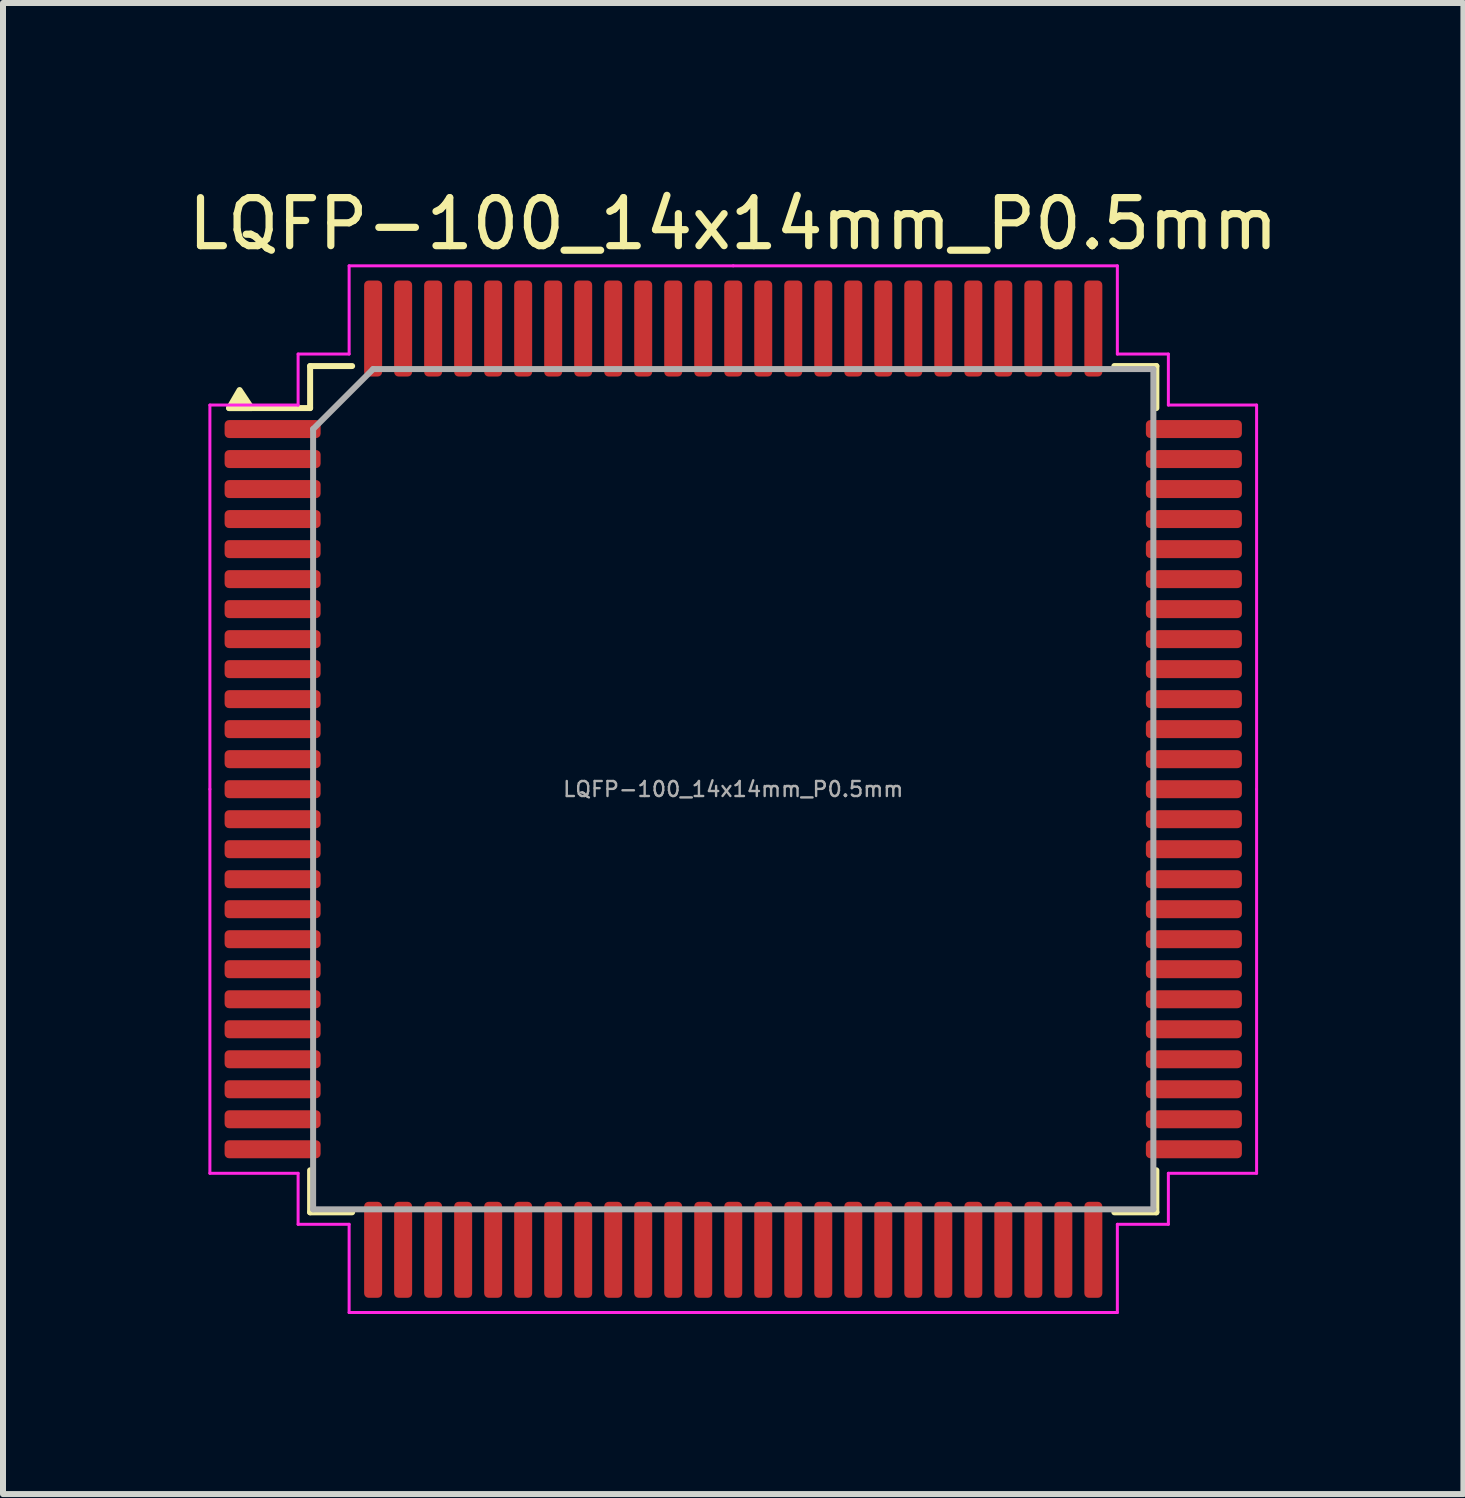
<source format=kicad_pcb>
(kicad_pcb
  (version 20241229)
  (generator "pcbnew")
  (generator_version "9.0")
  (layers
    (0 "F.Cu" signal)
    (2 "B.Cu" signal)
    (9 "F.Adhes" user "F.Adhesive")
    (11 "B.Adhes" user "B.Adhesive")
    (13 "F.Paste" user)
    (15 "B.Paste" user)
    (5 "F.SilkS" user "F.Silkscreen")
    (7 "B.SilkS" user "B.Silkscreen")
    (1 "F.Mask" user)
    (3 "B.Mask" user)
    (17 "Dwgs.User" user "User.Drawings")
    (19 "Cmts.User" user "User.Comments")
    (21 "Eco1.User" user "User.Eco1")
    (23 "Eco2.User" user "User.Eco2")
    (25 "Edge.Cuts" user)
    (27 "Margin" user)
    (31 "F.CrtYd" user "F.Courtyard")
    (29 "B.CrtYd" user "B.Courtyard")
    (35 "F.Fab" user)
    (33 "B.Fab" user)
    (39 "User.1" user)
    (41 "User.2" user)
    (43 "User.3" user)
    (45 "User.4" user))
  (footprint "LQFP-100_14x14mm_P0.5mm"
    (layer "F.Cu")
    (at 9.167 10.099)
    (property "Reference" "LQFP-100_14x14mm_P0.5mm" (at 0 -9.42 0) (layer "F.SilkS") (effects (font (size 0.8 0.8) (thickness 0.12))))
    (attr smd)
    (fp_line (start -7.05 -7.05) (end -7.05 -6.35) (stroke (width 0.1) (type solid)) (layer "F.SilkS"))
    (fp_line (start -7.05 -6.35) (end -8.4 -6.35) (stroke (width 0.1) (type solid)) (layer "F.SilkS"))
    (fp_line (start -7.05 7.05) (end -7.05 6.35) (stroke (width 0.1) (type solid)) (layer "F.SilkS"))
    (fp_line (start -6.35 -7.05) (end -7.05 -7.05) (stroke (width 0.1) (type solid)) (layer "F.SilkS"))
    (fp_line (start -6.35 7.05) (end -7.05 7.05) (stroke (width 0.1) (type solid)) (layer "F.SilkS"))
    (fp_line (start 6.35 -7.05) (end 7.05 -7.05) (stroke (width 0.1) (type solid)) (layer "F.SilkS"))
    (fp_line (start 6.35 7.05) (end 7.05 7.05) (stroke (width 0.1) (type solid)) (layer "F.SilkS"))
    (fp_line (start 7.05 -7.05) (end 7.05 -6.35) (stroke (width 0.1) (type solid)) (layer "F.SilkS"))
    (fp_line (start 7.05 7.05) (end 7.05 6.35) (stroke (width 0.1) (type solid)) (layer "F.SilkS"))
    (fp_poly (pts (xy -8.4 -6.35) (xy -8.225 -6.65) (xy -8.025 -6.35)) (stroke (width 0.1) (type solid)) (fill yes) (layer "F.SilkS"))
    (fp_line (start -8.72 -6.4) (end -8.72 0) (stroke (width 0.05) (type solid)) (layer "F.CrtYd"))
    (fp_line (start -8.72 6.4) (end -8.72 0) (stroke (width 0.05) (type solid)) (layer "F.CrtYd"))
    (fp_line (start -7.25 -7.25) (end -7.25 -6.4) (stroke (width 0.05) (type solid)) (layer "F.CrtYd"))
    (fp_line (start -7.25 -6.4) (end -8.72 -6.4) (stroke (width 0.05) (type solid)) (layer "F.CrtYd"))
    (fp_line (start -7.25 6.4) (end -8.72 6.4) (stroke (width 0.05) (type solid)) (layer "F.CrtYd"))
    (fp_line (start -7.25 7.25) (end -7.25 6.4) (stroke (width 0.05) (type solid)) (layer "F.CrtYd"))
    (fp_line (start -6.4 -8.72) (end -6.4 -7.25) (stroke (width 0.05) (type solid)) (layer "F.CrtYd"))
    (fp_line (start -6.4 -7.25) (end -7.25 -7.25) (stroke (width 0.05) (type solid)) (layer "F.CrtYd"))
    (fp_line (start -6.4 7.25) (end -7.25 7.25) (stroke (width 0.05) (type solid)) (layer "F.CrtYd"))
    (fp_line (start -6.4 8.72) (end -6.4 7.25) (stroke (width 0.05) (type solid)) (layer "F.CrtYd"))
    (fp_line (start 0 -8.72) (end -6.4 -8.72) (stroke (width 0.05) (type solid)) (layer "F.CrtYd"))
    (fp_line (start 0 -8.72) (end 6.4 -8.72) (stroke (width 0.05) (type solid)) (layer "F.CrtYd"))
    (fp_line (start 0 8.72) (end -6.4 8.72) (stroke (width 0.05) (type solid)) (layer "F.CrtYd"))
    (fp_line (start 0 8.72) (end 6.4 8.72) (stroke (width 0.05) (type solid)) (layer "F.CrtYd"))
    (fp_line (start 6.4 -8.72) (end 6.4 -7.25) (stroke (width 0.05) (type solid)) (layer "F.CrtYd"))
    (fp_line (start 6.4 -7.25) (end 7.25 -7.25) (stroke (width 0.05) (type solid)) (layer "F.CrtYd"))
    (fp_line (start 6.4 7.25) (end 7.25 7.25) (stroke (width 0.05) (type solid)) (layer "F.CrtYd"))
    (fp_line (start 6.4 8.72) (end 6.4 7.25) (stroke (width 0.05) (type solid)) (layer "F.CrtYd"))
    (fp_line (start 7.25 -7.25) (end 7.25 -6.4) (stroke (width 0.05) (type solid)) (layer "F.CrtYd"))
    (fp_line (start 7.25 -6.4) (end 8.72 -6.4) (stroke (width 0.05) (type solid)) (layer "F.CrtYd"))
    (fp_line (start 7.25 6.4) (end 8.72 6.4) (stroke (width 0.05) (type solid)) (layer "F.CrtYd"))
    (fp_line (start 7.25 7.25) (end 7.25 6.4) (stroke (width 0.05) (type solid)) (layer "F.CrtYd"))
    (fp_line (start 8.72 -6.4) (end 8.72 0) (stroke (width 0.05) (type solid)) (layer "F.CrtYd"))
    (fp_line (start 8.72 6.4) (end 8.72 0) (stroke (width 0.05) (type solid)) (layer "F.CrtYd"))
    (fp_line (start -7 -6) (end -6 -7) (stroke (width 0.1) (type solid)) (layer "F.Fab"))
    (fp_line (start -7 7) (end -7 -6) (stroke (width 0.1) (type solid)) (layer "F.Fab"))
    (fp_line (start -6 -7) (end 7 -7) (stroke (width 0.1) (type solid)) (layer "F.Fab"))
    (fp_line (start 7 -7) (end 7 7) (stroke (width 0.1) (type solid)) (layer "F.Fab"))
    (fp_line (start 7 7) (end -7 7) (stroke (width 0.1) (type solid)) (layer "F.Fab"))
    (fp_text user "${REFERENCE}" (at 0 0 0) (layer "F.Fab") (effects (font (size 0.25 0.25) (thickness 0.04))))
    (pad "1" smd roundrect (at -7.675 -6) (size 1.6 0.3) (layers "F.Cu" "F.Mask" "F.Paste") (roundrect_rratio 0.25))
    (pad "2" smd roundrect (at -7.675 -5.5) (size 1.6 0.3) (layers "F.Cu" "F.Mask" "F.Paste") (roundrect_rratio 0.25))
    (pad "3" smd roundrect (at -7.675 -5) (size 1.6 0.3) (layers "F.Cu" "F.Mask" "F.Paste") (roundrect_rratio 0.25))
    (pad "4" smd roundrect (at -7.675 -4.5) (size 1.6 0.3) (layers "F.Cu" "F.Mask" "F.Paste") (roundrect_rratio 0.25))
    (pad "5" smd roundrect (at -7.675 -4) (size 1.6 0.3) (layers "F.Cu" "F.Mask" "F.Paste") (roundrect_rratio 0.25))
    (pad "6" smd roundrect (at -7.675 -3.5) (size 1.6 0.3) (layers "F.Cu" "F.Mask" "F.Paste") (roundrect_rratio 0.25))
    (pad "7" smd roundrect (at -7.675 -3) (size 1.6 0.3) (layers "F.Cu" "F.Mask" "F.Paste") (roundrect_rratio 0.25))
    (pad "8" smd roundrect (at -7.675 -2.5) (size 1.6 0.3) (layers "F.Cu" "F.Mask" "F.Paste") (roundrect_rratio 0.25))
    (pad "9" smd roundrect (at -7.675 -2) (size 1.6 0.3) (layers "F.Cu" "F.Mask" "F.Paste") (roundrect_rratio 0.25))
    (pad "10" smd roundrect (at -7.675 -1.5) (size 1.6 0.3) (layers "F.Cu" "F.Mask" "F.Paste") (roundrect_rratio 0.25))
    (pad "11" smd roundrect (at -7.675 -1) (size 1.6 0.3) (layers "F.Cu" "F.Mask" "F.Paste") (roundrect_rratio 0.25))
    (pad "12" smd roundrect (at -7.675 -0.5) (size 1.6 0.3) (layers "F.Cu" "F.Mask" "F.Paste") (roundrect_rratio 0.25))
    (pad "13" smd roundrect (at -7.675 0) (size 1.6 0.3) (layers "F.Cu" "F.Mask" "F.Paste") (roundrect_rratio 0.25))
    (pad "14" smd roundrect (at -7.675 0.5) (size 1.6 0.3) (layers "F.Cu" "F.Mask" "F.Paste") (roundrect_rratio 0.25))
    (pad "15" smd roundrect (at -7.675 1) (size 1.6 0.3) (layers "F.Cu" "F.Mask" "F.Paste") (roundrect_rratio 0.25))
    (pad "16" smd roundrect (at -7.675 1.5) (size 1.6 0.3) (layers "F.Cu" "F.Mask" "F.Paste") (roundrect_rratio 0.25))
    (pad "17" smd roundrect (at -7.675 2) (size 1.6 0.3) (layers "F.Cu" "F.Mask" "F.Paste") (roundrect_rratio 0.25))
    (pad "18" smd roundrect (at -7.675 2.5) (size 1.6 0.3) (layers "F.Cu" "F.Mask" "F.Paste") (roundrect_rratio 0.25))
    (pad "19" smd roundrect (at -7.675 3) (size 1.6 0.3) (layers "F.Cu" "F.Mask" "F.Paste") (roundrect_rratio 0.25))
    (pad "20" smd roundrect (at -7.675 3.5) (size 1.6 0.3) (layers "F.Cu" "F.Mask" "F.Paste") (roundrect_rratio 0.25))
    (pad "21" smd roundrect (at -7.675 4) (size 1.6 0.3) (layers "F.Cu" "F.Mask" "F.Paste") (roundrect_rratio 0.25))
    (pad "22" smd roundrect (at -7.675 4.5) (size 1.6 0.3) (layers "F.Cu" "F.Mask" "F.Paste") (roundrect_rratio 0.25))
    (pad "23" smd roundrect (at -7.675 5) (size 1.6 0.3) (layers "F.Cu" "F.Mask" "F.Paste") (roundrect_rratio 0.25))
    (pad "24" smd roundrect (at -7.675 5.5) (size 1.6 0.3) (layers "F.Cu" "F.Mask" "F.Paste") (roundrect_rratio 0.25))
    (pad "25" smd roundrect (at -7.675 6) (size 1.6 0.3) (layers "F.Cu" "F.Mask" "F.Paste") (roundrect_rratio 0.25))
    (pad "26" smd roundrect (at -6 7.675) (size 0.3 1.6) (layers "F.Cu" "F.Mask" "F.Paste") (roundrect_rratio 0.25))
    (pad "27" smd roundrect (at -5.5 7.675) (size 0.3 1.6) (layers "F.Cu" "F.Mask" "F.Paste") (roundrect_rratio 0.25))
    (pad "28" smd roundrect (at -5 7.675) (size 0.3 1.6) (layers "F.Cu" "F.Mask" "F.Paste") (roundrect_rratio 0.25))
    (pad "29" smd roundrect (at -4.5 7.675) (size 0.3 1.6) (layers "F.Cu" "F.Mask" "F.Paste") (roundrect_rratio 0.25))
    (pad "30" smd roundrect (at -4 7.675) (size 0.3 1.6) (layers "F.Cu" "F.Mask" "F.Paste") (roundrect_rratio 0.25))
    (pad "31" smd roundrect (at -3.5 7.675) (size 0.3 1.6) (layers "F.Cu" "F.Mask" "F.Paste") (roundrect_rratio 0.25))
    (pad "32" smd roundrect (at -3 7.675) (size 0.3 1.6) (layers "F.Cu" "F.Mask" "F.Paste") (roundrect_rratio 0.25))
    (pad "33" smd roundrect (at -2.5 7.675) (size 0.3 1.6) (layers "F.Cu" "F.Mask" "F.Paste") (roundrect_rratio 0.25))
    (pad "34" smd roundrect (at -2 7.675) (size 0.3 1.6) (layers "F.Cu" "F.Mask" "F.Paste") (roundrect_rratio 0.25))
    (pad "35" smd roundrect (at -1.5 7.675) (size 0.3 1.6) (layers "F.Cu" "F.Mask" "F.Paste") (roundrect_rratio 0.25))
    (pad "36" smd roundrect (at -1 7.675) (size 0.3 1.6) (layers "F.Cu" "F.Mask" "F.Paste") (roundrect_rratio 0.25))
    (pad "37" smd roundrect (at -0.5 7.675) (size 0.3 1.6) (layers "F.Cu" "F.Mask" "F.Paste") (roundrect_rratio 0.25))
    (pad "38" smd roundrect (at 0 7.675) (size 0.3 1.6) (layers "F.Cu" "F.Mask" "F.Paste") (roundrect_rratio 0.25))
    (pad "39" smd roundrect (at 0.5 7.675) (size 0.3 1.6) (layers "F.Cu" "F.Mask" "F.Paste") (roundrect_rratio 0.25))
    (pad "40" smd roundrect (at 1 7.675) (size 0.3 1.6) (layers "F.Cu" "F.Mask" "F.Paste") (roundrect_rratio 0.25))
    (pad "41" smd roundrect (at 1.5 7.675) (size 0.3 1.6) (layers "F.Cu" "F.Mask" "F.Paste") (roundrect_rratio 0.25))
    (pad "42" smd roundrect (at 2 7.675) (size 0.3 1.6) (layers "F.Cu" "F.Mask" "F.Paste") (roundrect_rratio 0.25))
    (pad "43" smd roundrect (at 2.5 7.675) (size 0.3 1.6) (layers "F.Cu" "F.Mask" "F.Paste") (roundrect_rratio 0.25))
    (pad "44" smd roundrect (at 3 7.675) (size 0.3 1.6) (layers "F.Cu" "F.Mask" "F.Paste") (roundrect_rratio 0.25))
    (pad "45" smd roundrect (at 3.5 7.675) (size 0.3 1.6) (layers "F.Cu" "F.Mask" "F.Paste") (roundrect_rratio 0.25))
    (pad "46" smd roundrect (at 4 7.675) (size 0.3 1.6) (layers "F.Cu" "F.Mask" "F.Paste") (roundrect_rratio 0.25))
    (pad "47" smd roundrect (at 4.5 7.675) (size 0.3 1.6) (layers "F.Cu" "F.Mask" "F.Paste") (roundrect_rratio 0.25))
    (pad "48" smd roundrect (at 5 7.675) (size 0.3 1.6) (layers "F.Cu" "F.Mask" "F.Paste") (roundrect_rratio 0.25))
    (pad "49" smd roundrect (at 5.5 7.675) (size 0.3 1.6) (layers "F.Cu" "F.Mask" "F.Paste") (roundrect_rratio 0.25))
    (pad "50" smd roundrect (at 6 7.675) (size 0.3 1.6) (layers "F.Cu" "F.Mask" "F.Paste") (roundrect_rratio 0.25))
    (pad "51" smd roundrect (at 7.675 6) (size 1.6 0.3) (layers "F.Cu" "F.Mask" "F.Paste") (roundrect_rratio 0.25))
    (pad "52" smd roundrect (at 7.675 5.5) (size 1.6 0.3) (layers "F.Cu" "F.Mask" "F.Paste") (roundrect_rratio 0.25))
    (pad "53" smd roundrect (at 7.675 5) (size 1.6 0.3) (layers "F.Cu" "F.Mask" "F.Paste") (roundrect_rratio 0.25))
    (pad "54" smd roundrect (at 7.675 4.5) (size 1.6 0.3) (layers "F.Cu" "F.Mask" "F.Paste") (roundrect_rratio 0.25))
    (pad "55" smd roundrect (at 7.675 4) (size 1.6 0.3) (layers "F.Cu" "F.Mask" "F.Paste") (roundrect_rratio 0.25))
    (pad "56" smd roundrect (at 7.675 3.5) (size 1.6 0.3) (layers "F.Cu" "F.Mask" "F.Paste") (roundrect_rratio 0.25))
    (pad "57" smd roundrect (at 7.675 3) (size 1.6 0.3) (layers "F.Cu" "F.Mask" "F.Paste") (roundrect_rratio 0.25))
    (pad "58" smd roundrect (at 7.675 2.5) (size 1.6 0.3) (layers "F.Cu" "F.Mask" "F.Paste") (roundrect_rratio 0.25))
    (pad "59" smd roundrect (at 7.675 2) (size 1.6 0.3) (layers "F.Cu" "F.Mask" "F.Paste") (roundrect_rratio 0.25))
    (pad "60" smd roundrect (at 7.675 1.5) (size 1.6 0.3) (layers "F.Cu" "F.Mask" "F.Paste") (roundrect_rratio 0.25))
    (pad "61" smd roundrect (at 7.675 1) (size 1.6 0.3) (layers "F.Cu" "F.Mask" "F.Paste") (roundrect_rratio 0.25))
    (pad "62" smd roundrect (at 7.675 0.5) (size 1.6 0.3) (layers "F.Cu" "F.Mask" "F.Paste") (roundrect_rratio 0.25))
    (pad "63" smd roundrect (at 7.675 0) (size 1.6 0.3) (layers "F.Cu" "F.Mask" "F.Paste") (roundrect_rratio 0.25))
    (pad "64" smd roundrect (at 7.675 -0.5) (size 1.6 0.3) (layers "F.Cu" "F.Mask" "F.Paste") (roundrect_rratio 0.25))
    (pad "65" smd roundrect (at 7.675 -1) (size 1.6 0.3) (layers "F.Cu" "F.Mask" "F.Paste") (roundrect_rratio 0.25))
    (pad "66" smd roundrect (at 7.675 -1.5) (size 1.6 0.3) (layers "F.Cu" "F.Mask" "F.Paste") (roundrect_rratio 0.25))
    (pad "67" smd roundrect (at 7.675 -2) (size 1.6 0.3) (layers "F.Cu" "F.Mask" "F.Paste") (roundrect_rratio 0.25))
    (pad "68" smd roundrect (at 7.675 -2.5) (size 1.6 0.3) (layers "F.Cu" "F.Mask" "F.Paste") (roundrect_rratio 0.25))
    (pad "69" smd roundrect (at 7.675 -3) (size 1.6 0.3) (layers "F.Cu" "F.Mask" "F.Paste") (roundrect_rratio 0.25))
    (pad "70" smd roundrect (at 7.675 -3.5) (size 1.6 0.3) (layers "F.Cu" "F.Mask" "F.Paste") (roundrect_rratio 0.25))
    (pad "71" smd roundrect (at 7.675 -4) (size 1.6 0.3) (layers "F.Cu" "F.Mask" "F.Paste") (roundrect_rratio 0.25))
    (pad "72" smd roundrect (at 7.675 -4.5) (size 1.6 0.3) (layers "F.Cu" "F.Mask" "F.Paste") (roundrect_rratio 0.25))
    (pad "73" smd roundrect (at 7.675 -5) (size 1.6 0.3) (layers "F.Cu" "F.Mask" "F.Paste") (roundrect_rratio 0.25))
    (pad "74" smd roundrect (at 7.675 -5.5) (size 1.6 0.3) (layers "F.Cu" "F.Mask" "F.Paste") (roundrect_rratio 0.25))
    (pad "75" smd roundrect (at 7.675 -6) (size 1.6 0.3) (layers "F.Cu" "F.Mask" "F.Paste") (roundrect_rratio 0.25))
    (pad "76" smd roundrect (at 6 -7.675) (size 0.3 1.6) (layers "F.Cu" "F.Mask" "F.Paste") (roundrect_rratio 0.25))
    (pad "77" smd roundrect (at 5.5 -7.675) (size 0.3 1.6) (layers "F.Cu" "F.Mask" "F.Paste") (roundrect_rratio 0.25))
    (pad "78" smd roundrect (at 5 -7.675) (size 0.3 1.6) (layers "F.Cu" "F.Mask" "F.Paste") (roundrect_rratio 0.25))
    (pad "79" smd roundrect (at 4.5 -7.675) (size 0.3 1.6) (layers "F.Cu" "F.Mask" "F.Paste") (roundrect_rratio 0.25))
    (pad "80" smd roundrect (at 4 -7.675) (size 0.3 1.6) (layers "F.Cu" "F.Mask" "F.Paste") (roundrect_rratio 0.25))
    (pad "81" smd roundrect (at 3.5 -7.675) (size 0.3 1.6) (layers "F.Cu" "F.Mask" "F.Paste") (roundrect_rratio 0.25))
    (pad "82" smd roundrect (at 3 -7.675) (size 0.3 1.6) (layers "F.Cu" "F.Mask" "F.Paste") (roundrect_rratio 0.25))
    (pad "83" smd roundrect (at 2.5 -7.675) (size 0.3 1.6) (layers "F.Cu" "F.Mask" "F.Paste") (roundrect_rratio 0.25))
    (pad "84" smd roundrect (at 2 -7.675) (size 0.3 1.6) (layers "F.Cu" "F.Mask" "F.Paste") (roundrect_rratio 0.25))
    (pad "85" smd roundrect (at 1.5 -7.675) (size 0.3 1.6) (layers "F.Cu" "F.Mask" "F.Paste") (roundrect_rratio 0.25))
    (pad "86" smd roundrect (at 1 -7.675) (size 0.3 1.6) (layers "F.Cu" "F.Mask" "F.Paste") (roundrect_rratio 0.25))
    (pad "87" smd roundrect (at 0.5 -7.675) (size 0.3 1.6) (layers "F.Cu" "F.Mask" "F.Paste") (roundrect_rratio 0.25))
    (pad "88" smd roundrect (at 0 -7.675) (size 0.3 1.6) (layers "F.Cu" "F.Mask" "F.Paste") (roundrect_rratio 0.25))
    (pad "89" smd roundrect (at -0.5 -7.675) (size 0.3 1.6) (layers "F.Cu" "F.Mask" "F.Paste") (roundrect_rratio 0.25))
    (pad "90" smd roundrect (at -1 -7.675) (size 0.3 1.6) (layers "F.Cu" "F.Mask" "F.Paste") (roundrect_rratio 0.25))
    (pad "91" smd roundrect (at -1.5 -7.675) (size 0.3 1.6) (layers "F.Cu" "F.Mask" "F.Paste") (roundrect_rratio 0.25))
    (pad "92" smd roundrect (at -2 -7.675) (size 0.3 1.6) (layers "F.Cu" "F.Mask" "F.Paste") (roundrect_rratio 0.25))
    (pad "93" smd roundrect (at -2.5 -7.675) (size 0.3 1.6) (layers "F.Cu" "F.Mask" "F.Paste") (roundrect_rratio 0.25))
    (pad "94" smd roundrect (at -3 -7.675) (size 0.3 1.6) (layers "F.Cu" "F.Mask" "F.Paste") (roundrect_rratio 0.25))
    (pad "95" smd roundrect (at -3.5 -7.675) (size 0.3 1.6) (layers "F.Cu" "F.Mask" "F.Paste") (roundrect_rratio 0.25))
    (pad "96" smd roundrect (at -4 -7.675) (size 0.3 1.6) (layers "F.Cu" "F.Mask" "F.Paste") (roundrect_rratio 0.25))
    (pad "97" smd roundrect (at -4.5 -7.675) (size 0.3 1.6) (layers "F.Cu" "F.Mask" "F.Paste") (roundrect_rratio 0.25))
    (pad "98" smd roundrect (at -5 -7.675) (size 0.3 1.6) (layers "F.Cu" "F.Mask" "F.Paste") (roundrect_rratio 0.25))
    (pad "99" smd roundrect (at -5.5 -7.675) (size 0.3 1.6) (layers "F.Cu" "F.Mask" "F.Paste") (roundrect_rratio 0.25))
    (pad "100" smd roundrect (at -6 -7.675) (size 0.3 1.6) (layers "F.Cu" "F.Mask" "F.Paste") (roundrect_rratio 0.25)))
  (gr_rect
    (start -3 -3)
    (end 21.333 21.844)
    (stroke (width 0.1) (type default))
    (fill no)
    (layer "Edge.Cuts")))
</source>
